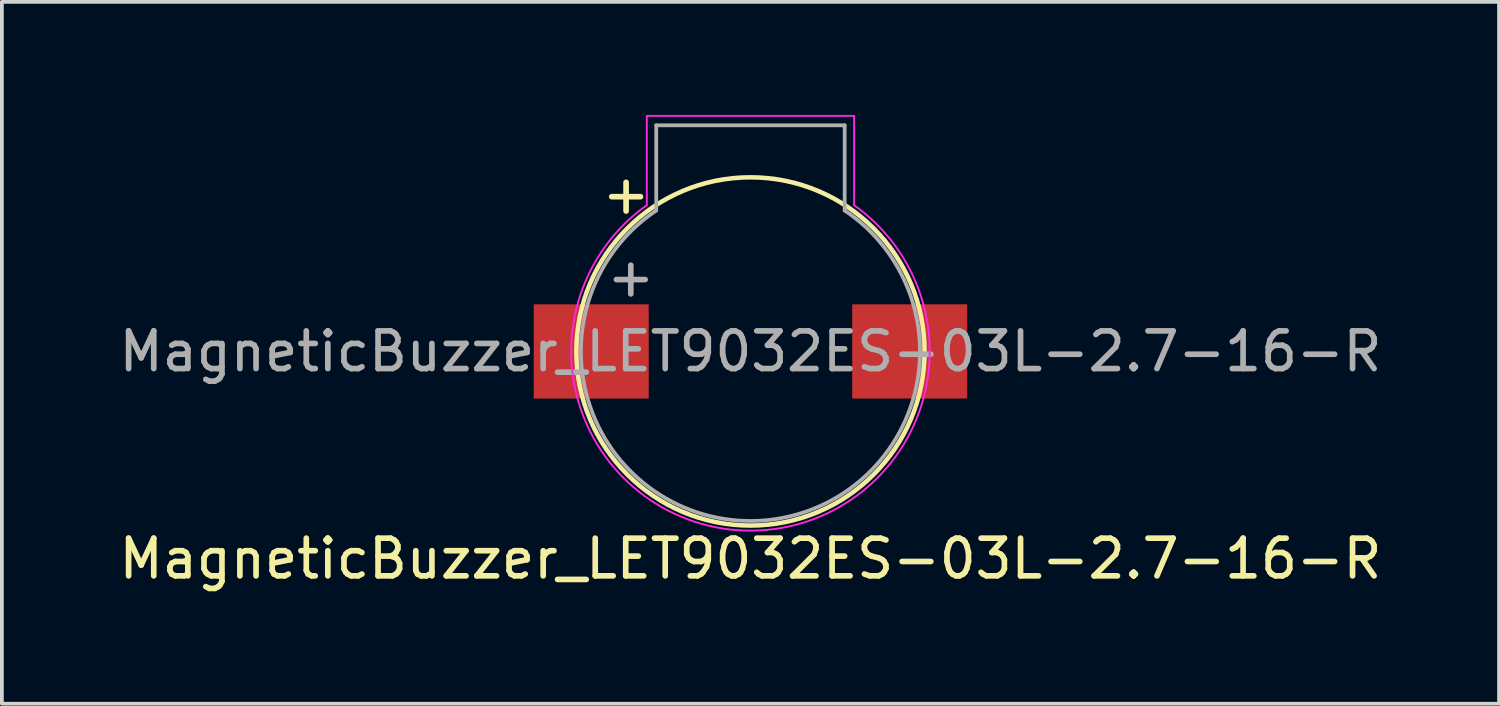
<source format=kicad_pcb>
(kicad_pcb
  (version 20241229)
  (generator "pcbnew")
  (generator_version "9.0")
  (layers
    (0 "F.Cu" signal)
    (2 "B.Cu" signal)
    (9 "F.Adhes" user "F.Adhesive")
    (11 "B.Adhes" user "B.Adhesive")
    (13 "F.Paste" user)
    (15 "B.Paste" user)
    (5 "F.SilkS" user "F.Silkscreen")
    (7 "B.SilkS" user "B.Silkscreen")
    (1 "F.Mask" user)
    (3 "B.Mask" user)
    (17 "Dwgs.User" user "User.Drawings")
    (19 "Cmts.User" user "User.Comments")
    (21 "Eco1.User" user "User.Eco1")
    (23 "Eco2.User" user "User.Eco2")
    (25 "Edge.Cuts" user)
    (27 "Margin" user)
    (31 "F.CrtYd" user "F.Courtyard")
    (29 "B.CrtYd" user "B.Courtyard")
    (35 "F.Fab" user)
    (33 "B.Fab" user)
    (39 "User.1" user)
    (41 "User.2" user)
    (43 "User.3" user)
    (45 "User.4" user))
  (footprint "MagneticBuzzer_LET9032ES-03L-2.7-16-R"
    (layer "F.Cu")
    (at 16.863 6.275)
    (property "Reference" "MagneticBuzzer_LET9032ES-03L-2.7-16-R" (at 0 5.5 0) (layer "F.SilkS") (effects (font (size 1 1) (thickness 0.15))))
    (attr through_hole)
    (fp_circle (center 0 0) (end 4.62 0) (stroke (width 0.12) (type solid)) (fill no) (layer "F.SilkS"))
    (fp_line (start -2.75 -6.25) (end 2.75 -6.25) (stroke (width 0.05) (type solid)) (layer "F.CrtYd"))
    (fp_line (start -2.75 -3.88) (end -2.75 -6.25) (stroke (width 0.05) (type solid)) (layer "F.CrtYd"))
    (fp_line (start 2.75 -6.25) (end 2.75 -3.88) (stroke (width 0.05) (type solid)) (layer "F.CrtYd"))
    (fp_arc (start 2.75 -3.88) (mid 0.006009 4.755719) (end -2.759797 -3.873038) (stroke (width 0.05) (type solid)) (layer "F.CrtYd"))
    (fp_line (start -2.5 -6) (end -2.5 -3.74) (stroke (width 0.1) (type solid)) (layer "F.Fab"))
    (fp_line (start -2.5 -6) (end 2.5 -6) (stroke (width 0.1) (type solid)) (layer "F.Fab"))
    (fp_line (start 2.5 -6) (end 2.5 -3.74) (stroke (width 0.1) (type solid)) (layer "F.Fab"))
    (fp_arc (start 2.5 -3.74) (mid 0.003084 4.498621) (end -2.505126 -3.736568) (stroke (width 0.1) (type solid)) (layer "F.Fab"))
    (fp_text user "+" (at -3.3 -4.18 0) (layer "F.SilkS") (effects (font (size 1 1) (thickness 0.15))))
    (fp_text user "${REFERENCE}" (at 0 0 0) (layer "F.Fab") (effects (font (size 1 1) (thickness 0.15))))
    (fp_text user "+" (at -3.175 -1.981 0) (layer "F.Fab") (effects (font (size 1 1) (thickness 0.15))))
    (pad "1" smd rect (at -4.225 0) (size 3.05 2.5) (layers "F.Cu" "F.Mask" "F.Paste"))
    (pad "2" smd rect (at 4.225 0) (size 3.05 2.5) (layers "F.Cu" "F.Mask" "F.Paste")))
  (gr_rect
    (start -3 -3)
    (end 36.726 15.623)
    (stroke (width 0.1) (type default))
    (fill no)
    (layer "Edge.Cuts")))
</source>
